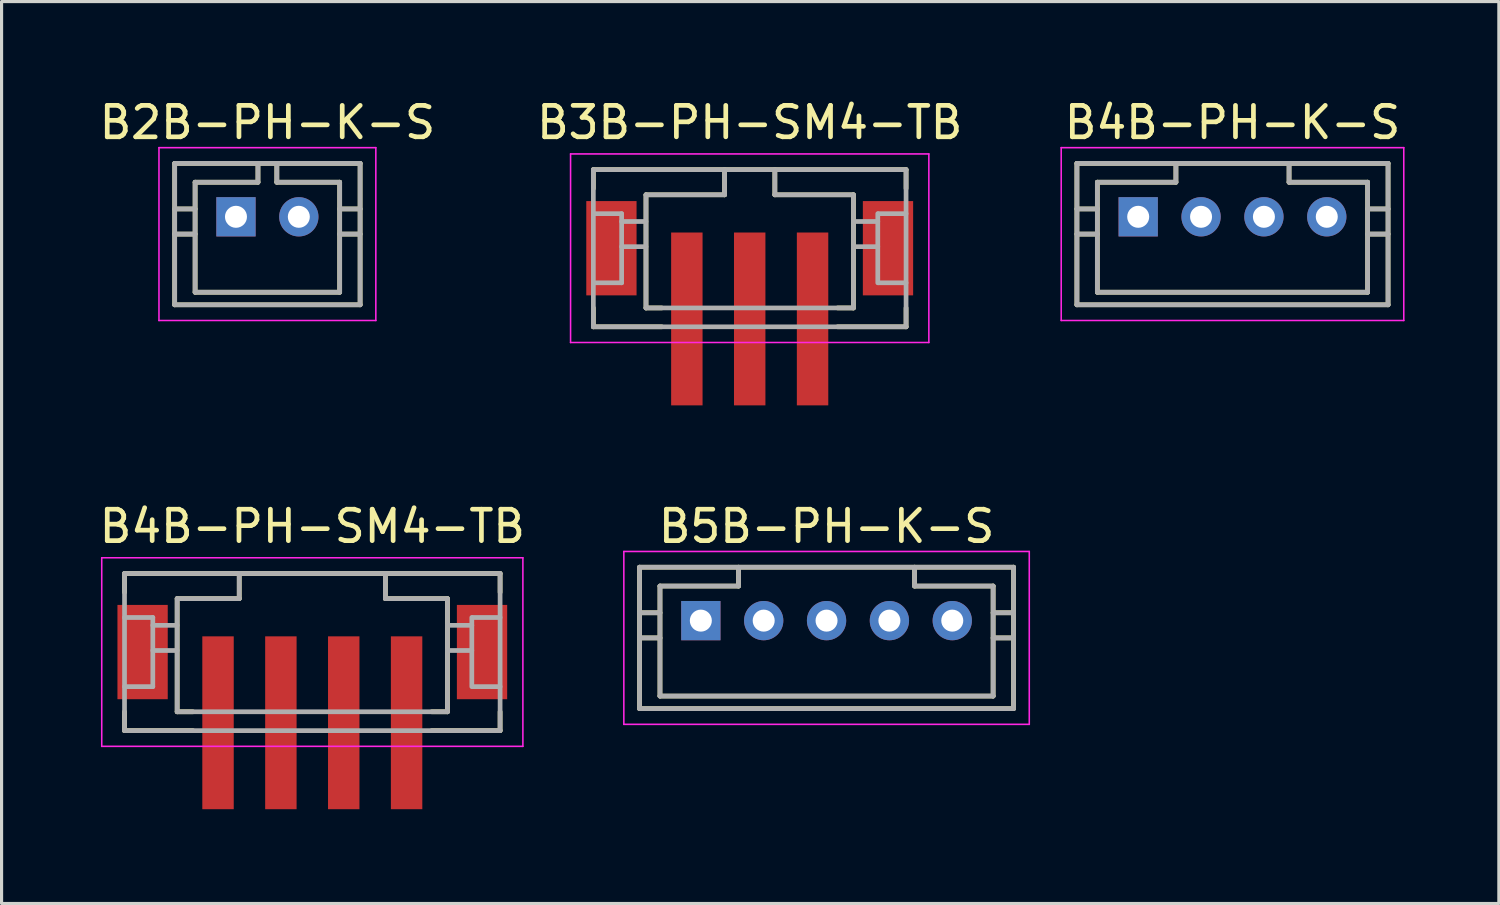
<source format=kicad_pcb>
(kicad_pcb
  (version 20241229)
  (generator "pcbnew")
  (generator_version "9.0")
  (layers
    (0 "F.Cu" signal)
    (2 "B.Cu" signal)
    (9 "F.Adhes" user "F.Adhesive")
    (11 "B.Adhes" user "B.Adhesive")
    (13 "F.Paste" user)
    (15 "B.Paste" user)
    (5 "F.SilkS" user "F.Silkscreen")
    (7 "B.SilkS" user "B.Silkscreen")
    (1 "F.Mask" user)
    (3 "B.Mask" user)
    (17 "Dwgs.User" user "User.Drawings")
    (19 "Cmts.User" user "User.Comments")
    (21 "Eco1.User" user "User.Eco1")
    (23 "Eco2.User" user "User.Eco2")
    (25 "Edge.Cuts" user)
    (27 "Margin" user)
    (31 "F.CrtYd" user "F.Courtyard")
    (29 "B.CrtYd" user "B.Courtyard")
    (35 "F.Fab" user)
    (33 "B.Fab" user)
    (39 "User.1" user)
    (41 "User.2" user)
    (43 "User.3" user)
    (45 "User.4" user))
  (footprint "B4B-PH-SM4-TB"
    (layer "F.Cu")
    (at 6.887 17.197)
    (property "Reference" "B4B-PH-SM4-TB" (at 0 -3.5 0) (layer "F.SilkS") (effects (font (size 1 1) (thickness 0.15))))
    (attr smd)
    (fp_line (start -5.975 -2) (end -5.975 -1.4) (stroke (width 0.15) (type solid)) (layer "F.SilkS"))
    (fp_line (start -5.975 -2) (end 5.975 -2) (stroke (width 0.15) (type solid)) (layer "F.SilkS"))
    (fp_line (start -5.975 2.4) (end -5.975 3) (stroke (width 0.15) (type solid)) (layer "F.SilkS"))
    (fp_line (start -5.975 3) (end -3.8 3) (stroke (width 0.15) (type solid)) (layer "F.SilkS"))
    (fp_line (start -4.3 -1.2) (end -4.3 2.4) (stroke (width 0.15) (type solid)) (layer "F.SilkS"))
    (fp_line (start -4.3 -1.2) (end -2.325 -1.2) (stroke (width 0.15) (type solid)) (layer "F.SilkS"))
    (fp_line (start -4.3 2.4) (end -3.8 2.4) (stroke (width 0.15) (type solid)) (layer "F.SilkS"))
    (fp_line (start -2.325 -2) (end -2.325 -1.2) (stroke (width 0.15) (type solid)) (layer "F.SilkS"))
    (fp_line (start 2.325 -2) (end 2.325 -1.2) (stroke (width 0.15) (type solid)) (layer "F.SilkS"))
    (fp_line (start 2.325 -1.2) (end 4.3 -1.2) (stroke (width 0.15) (type solid)) (layer "F.SilkS"))
    (fp_line (start 3.8 2.4) (end 4.3 2.4) (stroke (width 0.15) (type solid)) (layer "F.SilkS"))
    (fp_line (start 3.8 3) (end 5.975 3) (stroke (width 0.15) (type solid)) (layer "F.SilkS"))
    (fp_line (start 4.3 -1.2) (end 4.3 2.4) (stroke (width 0.15) (type solid)) (layer "F.SilkS"))
    (fp_line (start 5.975 -2) (end 5.975 -1.4) (stroke (width 0.15) (type solid)) (layer "F.SilkS"))
    (fp_line (start 5.975 2.4) (end 5.975 3) (stroke (width 0.15) (type solid)) (layer "F.SilkS"))
    (fp_line (start -6.7 -2.5) (end -6.7 3.5) (stroke (width 0.05) (type solid)) (layer "F.CrtYd"))
    (fp_line (start -6.7 -2.5) (end 6.7 -2.5) (stroke (width 0.05) (type solid)) (layer "F.CrtYd"))
    (fp_line (start -6.7 3.5) (end 6.7 3.5) (stroke (width 0.05) (type solid)) (layer "F.CrtYd"))
    (fp_line (start 6.7 -2.5) (end 6.7 3.5) (stroke (width 0.05) (type solid)) (layer "F.CrtYd"))
    (fp_line (start -5.975 -2) (end -5.975 3) (stroke (width 0.15) (type solid)) (layer "F.Fab"))
    (fp_line (start -5.975 -2) (end 5.975 -2) (stroke (width 0.15) (type solid)) (layer "F.Fab"))
    (fp_line (start -5.975 -0.6) (end -5.075 -0.6) (stroke (width 0.15) (type solid)) (layer "F.Fab"))
    (fp_line (start -5.975 1.6) (end -5.075 1.6) (stroke (width 0.15) (type solid)) (layer "F.Fab"))
    (fp_line (start -5.975 3) (end 5.975 3) (stroke (width 0.15) (type solid)) (layer "F.Fab"))
    (fp_line (start -5.075 -0.6) (end -5.075 1.6) (stroke (width 0.15) (type solid)) (layer "F.Fab"))
    (fp_line (start -5.075 -0.35) (end -4.3 -0.35) (stroke (width 0.15) (type solid)) (layer "F.Fab"))
    (fp_line (start -5.075 0.45) (end -4.3 0.45) (stroke (width 0.15) (type solid)) (layer "F.Fab"))
    (fp_line (start -4.3 -1.2) (end -4.3 2.4) (stroke (width 0.15) (type solid)) (layer "F.Fab"))
    (fp_line (start -4.3 -1.2) (end -2.325 -1.2) (stroke (width 0.15) (type solid)) (layer "F.Fab"))
    (fp_line (start -4.3 2.4) (end 4.3 2.4) (stroke (width 0.15) (type solid)) (layer "F.Fab"))
    (fp_line (start -2.325 -2) (end -2.325 -1.2) (stroke (width 0.15) (type solid)) (layer "F.Fab"))
    (fp_line (start 2.325 -2) (end 2.325 -1.2) (stroke (width 0.15) (type solid)) (layer "F.Fab"))
    (fp_line (start 2.325 -1.2) (end 4.3 -1.2) (stroke (width 0.15) (type solid)) (layer "F.Fab"))
    (fp_line (start 4.3 -1.2) (end 4.3 2.4) (stroke (width 0.15) (type solid)) (layer "F.Fab"))
    (fp_line (start 4.3 -0.35) (end 5.075 -0.35) (stroke (width 0.15) (type solid)) (layer "F.Fab"))
    (fp_line (start 4.3 0.45) (end 5.075 0.45) (stroke (width 0.15) (type solid)) (layer "F.Fab"))
    (fp_line (start 5.075 -0.6) (end 5.075 1.6) (stroke (width 0.15) (type solid)) (layer "F.Fab"))
    (fp_line (start 5.1 -0.6) (end 5.975 -0.6) (stroke (width 0.15) (type solid)) (layer "F.Fab"))
    (fp_line (start 5.1 1.6) (end 5.975 1.6) (stroke (width 0.15) (type solid)) (layer "F.Fab"))
    (fp_line (start 5.975 -2) (end 5.975 3) (stroke (width 0.15) (type solid)) (layer "F.Fab"))
    (pad "1" smd rect (at -3 2.75) (size 1 5.5) (layers "F.Cu" "F.Mask" "F.Paste"))
    (pad "2" smd rect (at -1 2.75) (size 1 5.5) (layers "F.Cu" "F.Mask" "F.Paste"))
    (pad "3" smd rect (at 1 2.75) (size 1 5.5) (layers "F.Cu" "F.Mask" "F.Paste"))
    (pad "4" smd rect (at 3 2.75) (size 1 5.5) (layers "F.Cu" "F.Mask" "F.Paste"))
    (pad "S" smd rect (at -5.4 0.5) (size 1.6 3) (layers "F.Cu" "F.Mask" "F.Paste"))
    (pad "S" smd rect (at 5.4 0.5) (size 1.6 3) (layers "F.Cu" "F.Mask" "F.Paste")))
  (footprint "B3B-PH-SM4-TB"
    (layer "F.Cu")
    (at 20.804 4.348)
    (property "Reference" "B3B-PH-SM4-TB" (at 0 -3.5 0) (layer "F.SilkS") (effects (font (size 1 1) (thickness 0.15))))
    (attr smd)
    (fp_line (start -4.975 -2) (end -4.975 -1.4) (stroke (width 0.15) (type solid)) (layer "F.SilkS"))
    (fp_line (start -4.975 -2) (end 4.975 -2) (stroke (width 0.15) (type solid)) (layer "F.SilkS"))
    (fp_line (start -4.975 2.4) (end -4.975 3) (stroke (width 0.15) (type solid)) (layer "F.SilkS"))
    (fp_line (start -4.975 3) (end -2.8 3) (stroke (width 0.15) (type solid)) (layer "F.SilkS"))
    (fp_line (start -3.3 -1.2) (end -3.3 2.4) (stroke (width 0.15) (type solid)) (layer "F.SilkS"))
    (fp_line (start -3.3 -1.2) (end -0.8 -1.2) (stroke (width 0.15) (type solid)) (layer "F.SilkS"))
    (fp_line (start -3.3 2.4) (end -2.8 2.4) (stroke (width 0.15) (type solid)) (layer "F.SilkS"))
    (fp_line (start -0.8 -2) (end -0.8 -1.2) (stroke (width 0.15) (type solid)) (layer "F.SilkS"))
    (fp_line (start 0.8 -2) (end 0.8 -1.2) (stroke (width 0.15) (type solid)) (layer "F.SilkS"))
    (fp_line (start 0.8 -1.2) (end 3.3 -1.2) (stroke (width 0.15) (type solid)) (layer "F.SilkS"))
    (fp_line (start 2.8 2.4) (end 3.3 2.4) (stroke (width 0.15) (type solid)) (layer "F.SilkS"))
    (fp_line (start 2.8 3) (end 4.975 3) (stroke (width 0.15) (type solid)) (layer "F.SilkS"))
    (fp_line (start 3.3 -1.2) (end 3.3 2.4) (stroke (width 0.15) (type solid)) (layer "F.SilkS"))
    (fp_line (start 4.975 -2) (end 4.975 -1.4) (stroke (width 0.15) (type solid)) (layer "F.SilkS"))
    (fp_line (start 4.975 2.4) (end 4.975 3) (stroke (width 0.15) (type solid)) (layer "F.SilkS"))
    (fp_line (start -5.7 -2.5) (end -5.7 3.5) (stroke (width 0.05) (type solid)) (layer "F.CrtYd"))
    (fp_line (start -5.7 -2.5) (end 5.7 -2.5) (stroke (width 0.05) (type solid)) (layer "F.CrtYd"))
    (fp_line (start -5.7 3.5) (end 5.7 3.5) (stroke (width 0.05) (type solid)) (layer "F.CrtYd"))
    (fp_line (start 5.7 -2.5) (end 5.7 3.5) (stroke (width 0.05) (type solid)) (layer "F.CrtYd"))
    (fp_line (start -4.975 -2) (end -4.975 3) (stroke (width 0.15) (type solid)) (layer "F.Fab"))
    (fp_line (start -4.975 -2) (end 4.975 -2) (stroke (width 0.15) (type solid)) (layer "F.Fab"))
    (fp_line (start -4.975 -0.6) (end -4.075 -0.6) (stroke (width 0.15) (type solid)) (layer "F.Fab"))
    (fp_line (start -4.975 1.6) (end -4.075 1.6) (stroke (width 0.15) (type solid)) (layer "F.Fab"))
    (fp_line (start -4.975 3) (end 4.975 3) (stroke (width 0.15) (type solid)) (layer "F.Fab"))
    (fp_line (start -4.075 -0.6) (end -4.075 1.6) (stroke (width 0.15) (type solid)) (layer "F.Fab"))
    (fp_line (start -4.075 -0.35) (end -3.3 -0.35) (stroke (width 0.15) (type solid)) (layer "F.Fab"))
    (fp_line (start -4.075 0.45) (end -3.3 0.45) (stroke (width 0.15) (type solid)) (layer "F.Fab"))
    (fp_line (start -3.3 -1.2) (end -3.3 2.4) (stroke (width 0.15) (type solid)) (layer "F.Fab"))
    (fp_line (start -3.3 -1.2) (end -0.8 -1.2) (stroke (width 0.15) (type solid)) (layer "F.Fab"))
    (fp_line (start -3.3 2.4) (end 3.3 2.4) (stroke (width 0.15) (type solid)) (layer "F.Fab"))
    (fp_line (start -0.8 -2) (end -0.8 -1.2) (stroke (width 0.15) (type solid)) (layer "F.Fab"))
    (fp_line (start 0.8 -2) (end 0.8 -1.2) (stroke (width 0.15) (type solid)) (layer "F.Fab"))
    (fp_line (start 0.8 -1.2) (end 3.3 -1.2) (stroke (width 0.15) (type solid)) (layer "F.Fab"))
    (fp_line (start 3.3 -1.2) (end 3.3 2.4) (stroke (width 0.15) (type solid)) (layer "F.Fab"))
    (fp_line (start 3.3 -0.35) (end 4.075 -0.35) (stroke (width 0.15) (type solid)) (layer "F.Fab"))
    (fp_line (start 3.3 0.45) (end 4.075 0.45) (stroke (width 0.15) (type solid)) (layer "F.Fab"))
    (fp_line (start 4.075 -0.6) (end 4.075 1.6) (stroke (width 0.15) (type solid)) (layer "F.Fab"))
    (fp_line (start 4.1 -0.6) (end 4.975 -0.6) (stroke (width 0.15) (type solid)) (layer "F.Fab"))
    (fp_line (start 4.1 1.6) (end 4.975 1.6) (stroke (width 0.15) (type solid)) (layer "F.Fab"))
    (fp_line (start 4.975 -2) (end 4.975 3) (stroke (width 0.15) (type solid)) (layer "F.Fab"))
    (pad "1" smd rect (at -2 2.75) (size 1 5.5) (layers "F.Cu" "F.Mask" "F.Paste"))
    (pad "2" smd rect (at 0 2.75) (size 1 5.5) (layers "F.Cu" "F.Mask" "F.Paste"))
    (pad "3" smd rect (at 2 2.75) (size 1 5.5) (layers "F.Cu" "F.Mask" "F.Paste"))
    (pad "S" smd rect (at -4.4 0.5) (size 1.6 3) (layers "F.Cu" "F.Mask" "F.Paste"))
    (pad "S" smd rect (at 4.4 0.5) (size 1.6 3) (layers "F.Cu" "F.Mask" "F.Paste")))
  (footprint "B5B-PH-K-S"
    (layer "F.Cu")
    (at 23.249 16.697)
    (property "Reference" "B5B-PH-K-S" (at 0 -3 0) (layer "F.SilkS") (effects (font (size 1 1) (thickness 0.15))))
    (attr smd)
    (fp_line (start -5.95 -1.7) (end -5.95 2.8) (stroke (width 0.15) (type solid)) (layer "F.SilkS"))
    (fp_line (start -5.95 -1.7) (end 5.95 -1.7) (stroke (width 0.15) (type solid)) (layer "F.SilkS"))
    (fp_line (start -5.95 -0.25) (end -5.3 -0.25) (stroke (width 0.15) (type solid)) (layer "F.SilkS"))
    (fp_line (start -5.95 0.55) (end -5.3 0.55) (stroke (width 0.15) (type solid)) (layer "F.SilkS"))
    (fp_line (start -5.95 2.8) (end 5.95 2.8) (stroke (width 0.15) (type solid)) (layer "F.SilkS"))
    (fp_line (start -5.3 -1.1) (end -5.3 2.4) (stroke (width 0.15) (type solid)) (layer "F.SilkS"))
    (fp_line (start -5.3 -1.1) (end -2.8 -1.1) (stroke (width 0.15) (type solid)) (layer "F.SilkS"))
    (fp_line (start -5.3 2.4) (end 5.3 2.4) (stroke (width 0.15) (type solid)) (layer "F.SilkS"))
    (fp_line (start -2.8 -1.7) (end -2.8 -1.1) (stroke (width 0.15) (type solid)) (layer "F.SilkS"))
    (fp_line (start 2.8 -1.7) (end 2.8 -1.1) (stroke (width 0.15) (type solid)) (layer "F.SilkS"))
    (fp_line (start 2.8 -1.1) (end 5.3 -1.1) (stroke (width 0.15) (type solid)) (layer "F.SilkS"))
    (fp_line (start 5.3 -1.1) (end 5.3 2.4) (stroke (width 0.15) (type solid)) (layer "F.SilkS"))
    (fp_line (start 5.3 -0.25) (end 5.95 -0.25) (stroke (width 0.15) (type solid)) (layer "F.SilkS"))
    (fp_line (start 5.3 0.55) (end 5.95 0.55) (stroke (width 0.15) (type solid)) (layer "F.SilkS"))
    (fp_line (start 5.95 -1.7) (end 5.95 2.8) (stroke (width 0.15) (type solid)) (layer "F.SilkS"))
    (fp_line (start -6.45 -2.2) (end -6.45 3.3) (stroke (width 0.05) (type solid)) (layer "F.CrtYd"))
    (fp_line (start -6.45 -2.2) (end 6.45 -2.2) (stroke (width 0.05) (type solid)) (layer "F.CrtYd"))
    (fp_line (start -6.45 3.3) (end 6.45 3.3) (stroke (width 0.05) (type solid)) (layer "F.CrtYd"))
    (fp_line (start 6.45 -2.2) (end 6.45 3.3) (stroke (width 0.05) (type solid)) (layer "F.CrtYd"))
    (fp_line (start -5.95 -1.7) (end -5.95 2.8) (stroke (width 0.15) (type solid)) (layer "F.Fab"))
    (fp_line (start -5.95 -1.7) (end 5.95 -1.7) (stroke (width 0.15) (type solid)) (layer "F.Fab"))
    (fp_line (start -5.95 -0.25) (end -5.3 -0.25) (stroke (width 0.15) (type solid)) (layer "F.Fab"))
    (fp_line (start -5.95 0.55) (end -5.3 0.55) (stroke (width 0.15) (type solid)) (layer "F.Fab"))
    (fp_line (start -5.95 2.8) (end 5.95 2.8) (stroke (width 0.15) (type solid)) (layer "F.Fab"))
    (fp_line (start -5.3 -1.1) (end -5.3 2.4) (stroke (width 0.15) (type solid)) (layer "F.Fab"))
    (fp_line (start -5.3 -1.1) (end -2.8 -1.1) (stroke (width 0.15) (type solid)) (layer "F.Fab"))
    (fp_line (start -5.3 2.4) (end 5.3 2.4) (stroke (width 0.15) (type solid)) (layer "F.Fab"))
    (fp_line (start -2.8 -1.7) (end -2.8 -1.1) (stroke (width 0.15) (type solid)) (layer "F.Fab"))
    (fp_line (start 2.8 -1.7) (end 2.8 -1.1) (stroke (width 0.15) (type solid)) (layer "F.Fab"))
    (fp_line (start 2.8 -1.1) (end 5.3 -1.1) (stroke (width 0.15) (type solid)) (layer "F.Fab"))
    (fp_line (start 5.3 -1.1) (end 5.3 2.4) (stroke (width 0.15) (type solid)) (layer "F.Fab"))
    (fp_line (start 5.3 -0.25) (end 5.95 -0.25) (stroke (width 0.15) (type solid)) (layer "F.Fab"))
    (fp_line (start 5.3 0.55) (end 5.95 0.55) (stroke (width 0.15) (type solid)) (layer "F.Fab"))
    (fp_line (start 5.95 -1.7) (end 5.95 2.8) (stroke (width 0.15) (type solid)) (layer "F.Fab"))
    (pad "1" thru_hole rect (at -4 0) (size 1.25 1.25) (drill 0.7) (layers "*.Cu" "*.Mask"))
    (pad "2" thru_hole circle (at -2 0) (size 1.25 1.25) (drill 0.7) (layers "*.Cu" "*.Mask"))
    (pad "3" thru_hole circle (at 0 0) (size 1.25 1.25) (drill 0.7) (layers "*.Cu" "*.Mask"))
    (pad "4" thru_hole circle (at 2 0) (size 1.25 1.25) (drill 0.7) (layers "*.Cu" "*.Mask"))
    (pad "5" thru_hole circle (at 4 0) (size 1.25 1.25) (drill 0.7) (layers "*.Cu" "*.Mask")))
  (footprint "B2B-PH-K-S"
    (layer "F.Cu")
    (at 5.458 3.848)
    (property "Reference" "B2B-PH-K-S" (at 0 -3 0) (layer "F.SilkS") (effects (font (size 1 1) (thickness 0.15))))
    (attr smd)
    (fp_line (start -2.95 -1.7) (end -2.95 2.8) (stroke (width 0.15) (type solid)) (layer "F.SilkS"))
    (fp_line (start -2.95 -1.7) (end 2.95 -1.7) (stroke (width 0.15) (type solid)) (layer "F.SilkS"))
    (fp_line (start -2.95 -0.25) (end -2.3 -0.25) (stroke (width 0.15) (type solid)) (layer "F.SilkS"))
    (fp_line (start -2.95 0.55) (end -2.3 0.55) (stroke (width 0.15) (type solid)) (layer "F.SilkS"))
    (fp_line (start -2.95 2.8) (end 2.95 2.8) (stroke (width 0.15) (type solid)) (layer "F.SilkS"))
    (fp_line (start -2.3 -1.1) (end -2.3 2.4) (stroke (width 0.15) (type solid)) (layer "F.SilkS"))
    (fp_line (start -2.3 -1.1) (end -0.3 -1.1) (stroke (width 0.15) (type solid)) (layer "F.SilkS"))
    (fp_line (start -2.3 2.4) (end 2.3 2.4) (stroke (width 0.15) (type solid)) (layer "F.SilkS"))
    (fp_line (start -0.3 -1.7) (end -0.3 -1.1) (stroke (width 0.15) (type solid)) (layer "F.SilkS"))
    (fp_line (start 0.3 -1.7) (end 0.3 -1.1) (stroke (width 0.15) (type solid)) (layer "F.SilkS"))
    (fp_line (start 0.3 -1.1) (end 2.3 -1.1) (stroke (width 0.15) (type solid)) (layer "F.SilkS"))
    (fp_line (start 2.3 -1.1) (end 2.3 2.4) (stroke (width 0.15) (type solid)) (layer "F.SilkS"))
    (fp_line (start 2.3 -0.25) (end 2.95 -0.25) (stroke (width 0.15) (type solid)) (layer "F.SilkS"))
    (fp_line (start 2.3 0.55) (end 2.95 0.55) (stroke (width 0.15) (type solid)) (layer "F.SilkS"))
    (fp_line (start 2.95 -1.7) (end 2.95 2.8) (stroke (width 0.15) (type solid)) (layer "F.SilkS"))
    (fp_line (start -3.45 -2.2) (end -3.45 3.3) (stroke (width 0.05) (type solid)) (layer "F.CrtYd"))
    (fp_line (start -3.45 -2.2) (end 3.45 -2.2) (stroke (width 0.05) (type solid)) (layer "F.CrtYd"))
    (fp_line (start -3.45 3.3) (end 3.45 3.3) (stroke (width 0.05) (type solid)) (layer "F.CrtYd"))
    (fp_line (start 3.45 -2.2) (end 3.45 3.3) (stroke (width 0.05) (type solid)) (layer "F.CrtYd"))
    (fp_line (start -2.95 -1.7) (end -2.95 2.8) (stroke (width 0.15) (type solid)) (layer "F.Fab"))
    (fp_line (start -2.95 -1.7) (end 2.95 -1.7) (stroke (width 0.15) (type solid)) (layer "F.Fab"))
    (fp_line (start -2.95 -0.25) (end -2.3 -0.25) (stroke (width 0.15) (type solid)) (layer "F.Fab"))
    (fp_line (start -2.95 0.55) (end -2.3 0.55) (stroke (width 0.15) (type solid)) (layer "F.Fab"))
    (fp_line (start -2.95 2.8) (end 2.95 2.8) (stroke (width 0.15) (type solid)) (layer "F.Fab"))
    (fp_line (start -2.3 -1.1) (end -2.3 2.4) (stroke (width 0.15) (type solid)) (layer "F.Fab"))
    (fp_line (start -2.3 -1.1) (end -0.3 -1.1) (stroke (width 0.15) (type solid)) (layer "F.Fab"))
    (fp_line (start -2.3 2.4) (end 2.3 2.4) (stroke (width 0.15) (type solid)) (layer "F.Fab"))
    (fp_line (start -0.3 -1.7) (end -0.3 -1.1) (stroke (width 0.15) (type solid)) (layer "F.Fab"))
    (fp_line (start 0.3 -1.7) (end 0.3 -1.1) (stroke (width 0.15) (type solid)) (layer "F.Fab"))
    (fp_line (start 0.3 -1.1) (end 2.3 -1.1) (stroke (width 0.15) (type solid)) (layer "F.Fab"))
    (fp_line (start 2.3 -1.1) (end 2.3 2.4) (stroke (width 0.15) (type solid)) (layer "F.Fab"))
    (fp_line (start 2.3 -0.25) (end 2.95 -0.25) (stroke (width 0.15) (type solid)) (layer "F.Fab"))
    (fp_line (start 2.3 0.55) (end 2.95 0.55) (stroke (width 0.15) (type solid)) (layer "F.Fab"))
    (fp_line (start 2.95 -1.7) (end 2.95 2.8) (stroke (width 0.15) (type solid)) (layer "F.Fab"))
    (pad "1" thru_hole rect (at -1 0) (size 1.25 1.25) (drill 0.7) (layers "*.Cu" "*.Mask"))
    (pad "2" thru_hole circle (at 1 0) (size 1.25 1.25) (drill 0.7) (layers "*.Cu" "*.Mask")))
  (footprint "B4B-PH-K-S"
    (layer "F.Cu")
    (at 36.165 3.848)
    (property "Reference" "B4B-PH-K-S" (at 0 -3 0) (layer "F.SilkS") (effects (font (size 1 1) (thickness 0.15))))
    (attr smd)
    (fp_line (start -4.95 -1.7) (end -4.95 2.8) (stroke (width 0.15) (type solid)) (layer "F.SilkS"))
    (fp_line (start -4.95 -1.7) (end 4.95 -1.7) (stroke (width 0.15) (type solid)) (layer "F.SilkS"))
    (fp_line (start -4.95 -0.25) (end -4.3 -0.25) (stroke (width 0.15) (type solid)) (layer "F.SilkS"))
    (fp_line (start -4.95 0.55) (end -4.3 0.55) (stroke (width 0.15) (type solid)) (layer "F.SilkS"))
    (fp_line (start -4.95 2.8) (end 4.95 2.8) (stroke (width 0.15) (type solid)) (layer "F.SilkS"))
    (fp_line (start -4.3 -1.1) (end -4.3 2.4) (stroke (width 0.15) (type solid)) (layer "F.SilkS"))
    (fp_line (start -4.3 -1.1) (end -1.8 -1.1) (stroke (width 0.15) (type solid)) (layer "F.SilkS"))
    (fp_line (start -4.3 2.4) (end 4.3 2.4) (stroke (width 0.15) (type solid)) (layer "F.SilkS"))
    (fp_line (start -1.8 -1.7) (end -1.8 -1.1) (stroke (width 0.15) (type solid)) (layer "F.SilkS"))
    (fp_line (start 1.8 -1.7) (end 1.8 -1.1) (stroke (width 0.15) (type solid)) (layer "F.SilkS"))
    (fp_line (start 1.8 -1.1) (end 4.3 -1.1) (stroke (width 0.15) (type solid)) (layer "F.SilkS"))
    (fp_line (start 4.3 -1.1) (end 4.3 2.4) (stroke (width 0.15) (type solid)) (layer "F.SilkS"))
    (fp_line (start 4.3 -0.25) (end 4.95 -0.25) (stroke (width 0.15) (type solid)) (layer "F.SilkS"))
    (fp_line (start 4.3 0.55) (end 4.95 0.55) (stroke (width 0.15) (type solid)) (layer "F.SilkS"))
    (fp_line (start 4.95 -1.7) (end 4.95 2.8) (stroke (width 0.15) (type solid)) (layer "F.SilkS"))
    (fp_line (start -5.45 -2.2) (end -5.45 3.3) (stroke (width 0.05) (type solid)) (layer "F.CrtYd"))
    (fp_line (start -5.45 -2.2) (end 5.45 -2.2) (stroke (width 0.05) (type solid)) (layer "F.CrtYd"))
    (fp_line (start -5.45 3.3) (end 5.45 3.3) (stroke (width 0.05) (type solid)) (layer "F.CrtYd"))
    (fp_line (start 5.45 -2.2) (end 5.45 3.3) (stroke (width 0.05) (type solid)) (layer "F.CrtYd"))
    (fp_line (start -4.95 -1.7) (end -4.95 2.8) (stroke (width 0.15) (type solid)) (layer "F.Fab"))
    (fp_line (start -4.95 -1.7) (end 4.95 -1.7) (stroke (width 0.15) (type solid)) (layer "F.Fab"))
    (fp_line (start -4.95 -0.25) (end -4.3 -0.25) (stroke (width 0.15) (type solid)) (layer "F.Fab"))
    (fp_line (start -4.95 0.55) (end -4.3 0.55) (stroke (width 0.15) (type solid)) (layer "F.Fab"))
    (fp_line (start -4.95 2.8) (end 4.95 2.8) (stroke (width 0.15) (type solid)) (layer "F.Fab"))
    (fp_line (start -4.3 -1.1) (end -4.3 2.4) (stroke (width 0.15) (type solid)) (layer "F.Fab"))
    (fp_line (start -4.3 -1.1) (end -1.8 -1.1) (stroke (width 0.15) (type solid)) (layer "F.Fab"))
    (fp_line (start -4.3 2.4) (end 4.3 2.4) (stroke (width 0.15) (type solid)) (layer "F.Fab"))
    (fp_line (start -1.8 -1.7) (end -1.8 -1.1) (stroke (width 0.15) (type solid)) (layer "F.Fab"))
    (fp_line (start 1.8 -1.7) (end 1.8 -1.1) (stroke (width 0.15) (type solid)) (layer "F.Fab"))
    (fp_line (start 1.8 -1.1) (end 4.3 -1.1) (stroke (width 0.15) (type solid)) (layer "F.Fab"))
    (fp_line (start 4.3 -1.1) (end 4.3 2.4) (stroke (width 0.15) (type solid)) (layer "F.Fab"))
    (fp_line (start 4.3 -0.25) (end 4.95 -0.25) (stroke (width 0.15) (type solid)) (layer "F.Fab"))
    (fp_line (start 4.3 0.55) (end 4.95 0.55) (stroke (width 0.15) (type solid)) (layer "F.Fab"))
    (fp_line (start 4.95 -1.7) (end 4.95 2.8) (stroke (width 0.15) (type solid)) (layer "F.Fab"))
    (pad "1" thru_hole rect (at -3 0) (size 1.25 1.25) (drill 0.7) (layers "*.Cu" "*.Mask"))
    (pad "2" thru_hole circle (at -1 0) (size 1.25 1.25) (drill 0.7) (layers "*.Cu" "*.Mask"))
    (pad "3" thru_hole circle (at 1 0) (size 1.25 1.25) (drill 0.7) (layers "*.Cu" "*.Mask"))
    (pad "4" thru_hole circle (at 3 0) (size 1.25 1.25) (drill 0.7) (layers "*.Cu" "*.Mask")))
  (gr_rect
    (start -3 -3)
    (end 44.64 25.697)
    (stroke (width 0.1) (type default))
    (fill no)
    (layer "Edge.Cuts")))
</source>
